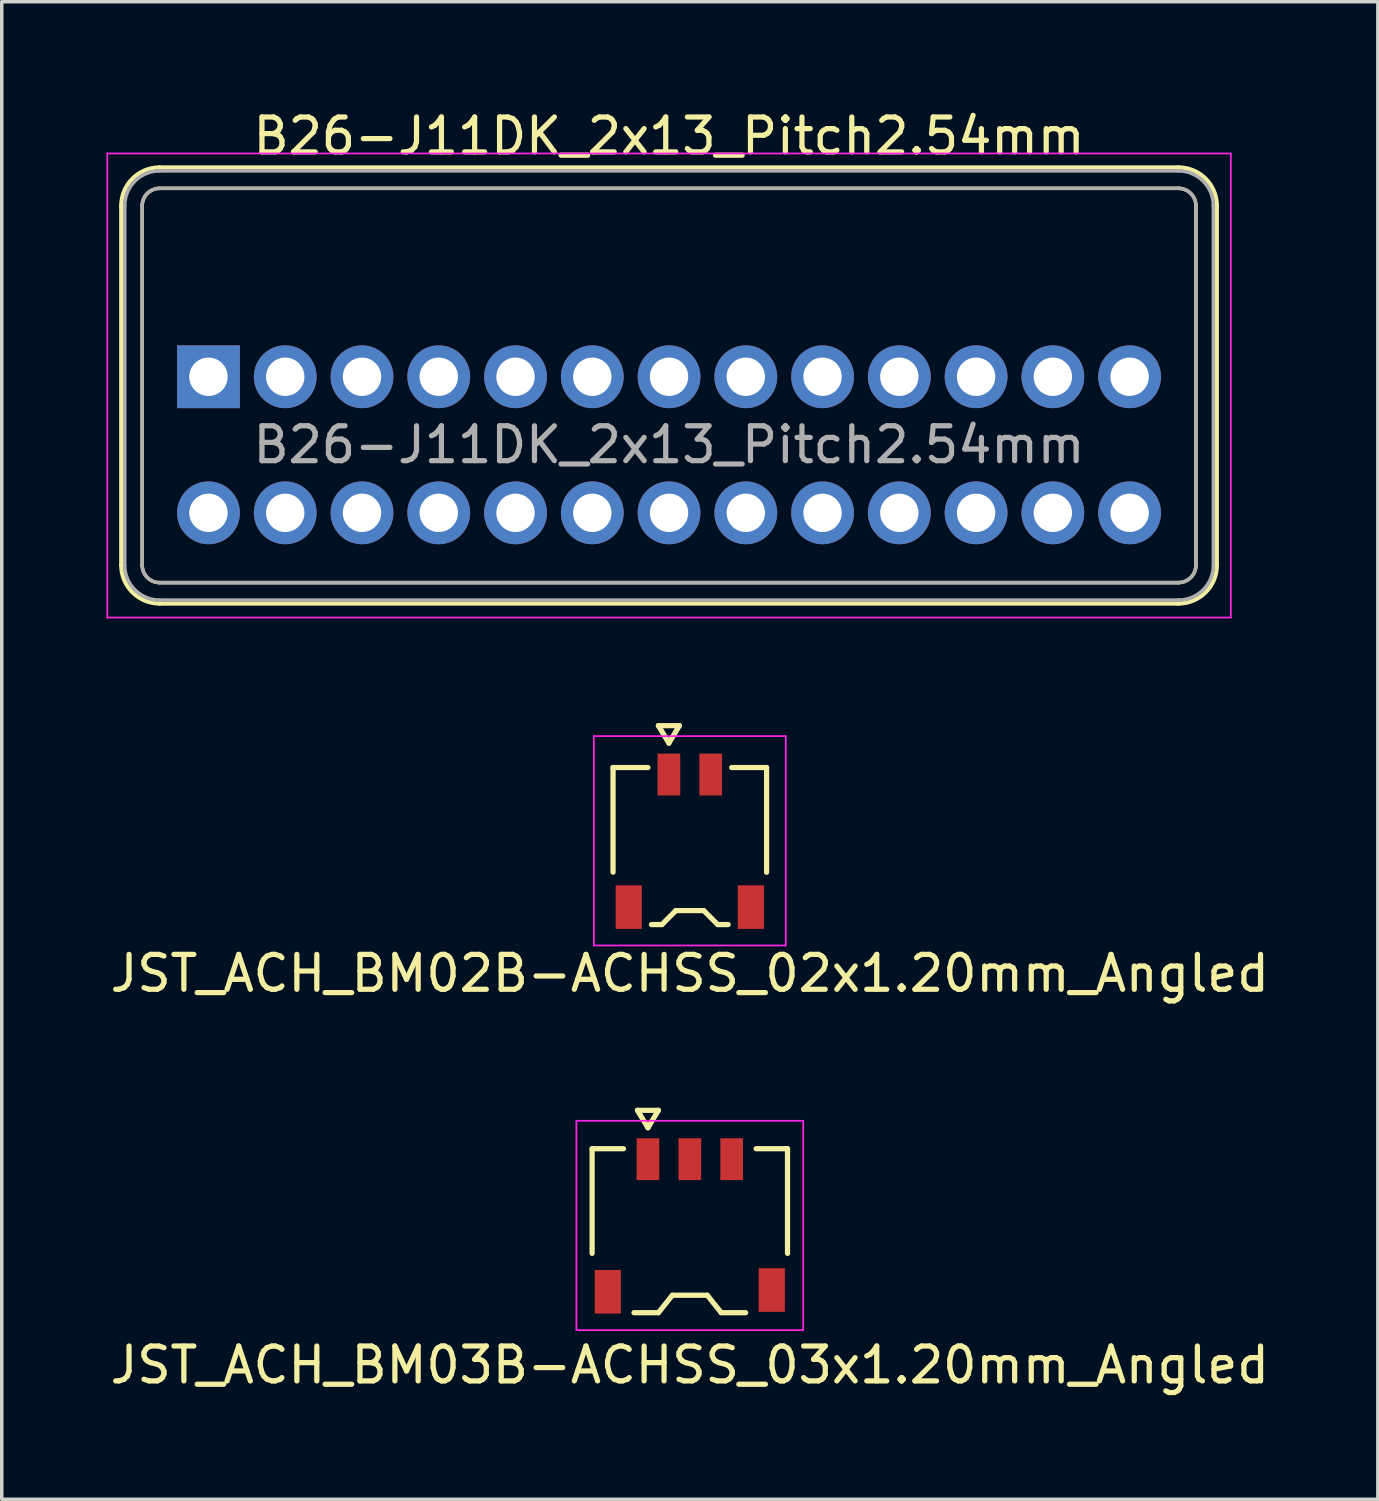
<source format=kicad_pcb>
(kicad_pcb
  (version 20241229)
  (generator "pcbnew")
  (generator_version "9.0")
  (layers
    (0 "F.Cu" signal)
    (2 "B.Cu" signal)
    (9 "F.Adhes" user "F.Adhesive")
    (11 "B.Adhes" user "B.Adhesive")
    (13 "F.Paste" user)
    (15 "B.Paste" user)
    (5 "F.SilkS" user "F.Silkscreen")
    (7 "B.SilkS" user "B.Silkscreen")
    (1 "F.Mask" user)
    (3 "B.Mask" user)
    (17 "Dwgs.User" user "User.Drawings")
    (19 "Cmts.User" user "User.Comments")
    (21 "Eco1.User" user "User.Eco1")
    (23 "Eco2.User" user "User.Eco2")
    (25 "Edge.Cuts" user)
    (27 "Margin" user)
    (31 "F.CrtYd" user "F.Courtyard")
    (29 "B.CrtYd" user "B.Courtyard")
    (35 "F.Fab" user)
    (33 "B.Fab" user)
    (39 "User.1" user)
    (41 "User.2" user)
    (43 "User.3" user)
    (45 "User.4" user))
  (footprint "B26-J11DK_2x13_Pitch2.54mm"
    (layer "F.Cu")
    (at 2.925 7.748)
    (property "Reference" "B26-J11DK_2x13_Pitch2.54mm" (at 13.2 -6.9 0) (layer "F.SilkS") (effects (font (size 1 1) (thickness 0.15))))
    (attr through_hole)
    (fp_line (start -2.5 -4.9) (end -2.5 5.4) (stroke (width 0.12) (type solid)) (layer "F.SilkS"))
    (fp_line (start -1.9 -4.9) (end -1.9 5.4) (stroke (width 0.1) (type solid)) (layer "F.SilkS"))
    (fp_line (start -1.4 -6) (end 27.8 -6) (stroke (width 0.12) (type solid)) (layer "F.SilkS"))
    (fp_line (start -1.4 -5.4) (end 27.8 -5.4) (stroke (width 0.1) (type solid)) (layer "F.SilkS"))
    (fp_line (start -1.4 5.9) (end 27.8 5.9) (stroke (width 0.1) (type solid)) (layer "F.SilkS"))
    (fp_line (start -1.4 6.5) (end 27.8 6.5) (stroke (width 0.12) (type solid)) (layer "F.SilkS"))
    (fp_line (start 28.3 -4.9) (end 28.3 5.4) (stroke (width 0.1) (type solid)) (layer "F.SilkS"))
    (fp_line (start 28.9 -4.9) (end 28.9 5.4) (stroke (width 0.12) (type solid)) (layer "F.SilkS"))
    (fp_arc (start -2.5 -4.9) (mid -2.177817 -5.677817) (end -1.4 -6) (stroke (width 0.12) (type solid)) (layer "F.SilkS"))
    (fp_arc (start -1.9 -4.9) (mid -1.753553 -5.253553) (end -1.4 -5.4) (stroke (width 0.1) (type solid)) (layer "F.SilkS"))
    (fp_arc (start -1.4 5.9) (mid -1.753553 5.753553) (end -1.9 5.4) (stroke (width 0.1) (type solid)) (layer "F.SilkS"))
    (fp_arc (start -1.4 6.5) (mid -2.177817 6.177817) (end -2.5 5.4) (stroke (width 0.12) (type solid)) (layer "F.SilkS"))
    (fp_arc (start 27.8 -6) (mid 28.577817 -5.677817) (end 28.9 -4.9) (stroke (width 0.12) (type solid)) (layer "F.SilkS"))
    (fp_arc (start 27.8 -5.4) (mid 28.153553 -5.253553) (end 28.3 -4.9) (stroke (width 0.1) (type solid)) (layer "F.SilkS"))
    (fp_arc (start 28.3 5.4) (mid 28.153553 5.753553) (end 27.8 5.9) (stroke (width 0.1) (type solid)) (layer "F.SilkS"))
    (fp_arc (start 28.9 5.4) (mid 28.577817 6.177817) (end 27.8 6.5) (stroke (width 0.12) (type solid)) (layer "F.SilkS"))
    (fp_line (start -2.9 -6.4) (end -2.9 6.9) (stroke (width 0.05) (type solid)) (layer "F.CrtYd"))
    (fp_line (start -2.9 6.9) (end 29.3 6.9) (stroke (width 0.05) (type solid)) (layer "F.CrtYd"))
    (fp_line (start 29.3 -6.4) (end -2.9 -6.4) (stroke (width 0.05) (type solid)) (layer "F.CrtYd"))
    (fp_line (start 29.3 6.9) (end 29.3 -6.4) (stroke (width 0.05) (type solid)) (layer "F.CrtYd"))
    (fp_line (start -2.4 -4.9) (end -2.4 5.4) (stroke (width 0.1) (type solid)) (layer "F.Fab"))
    (fp_line (start -1.9 -4.9) (end -1.9 5.4) (stroke (width 0.1) (type solid)) (layer "F.Fab"))
    (fp_line (start -1.4 -5.9) (end 27.8 -5.9) (stroke (width 0.1) (type solid)) (layer "F.Fab"))
    (fp_line (start -1.4 -5.4) (end 27.8 -5.4) (stroke (width 0.1) (type solid)) (layer "F.Fab"))
    (fp_line (start -1.4 5.9) (end 27.8 5.9) (stroke (width 0.1) (type solid)) (layer "F.Fab"))
    (fp_line (start -1.4 6.4) (end 27.8 6.4) (stroke (width 0.1) (type solid)) (layer "F.Fab"))
    (fp_line (start 28.3 -4.9) (end 28.3 5.4) (stroke (width 0.1) (type solid)) (layer "F.Fab"))
    (fp_line (start 28.8 -4.9) (end 28.8 5.4) (stroke (width 0.1) (type solid)) (layer "F.Fab"))
    (fp_arc (start -2.4 -4.9) (mid -2.107107 -5.607107) (end -1.4 -5.9) (stroke (width 0.1) (type solid)) (layer "F.Fab"))
    (fp_arc (start -1.9 -4.9) (mid -1.753553 -5.253553) (end -1.4 -5.4) (stroke (width 0.1) (type solid)) (layer "F.Fab"))
    (fp_arc (start -1.4 5.9) (mid -1.753553 5.753553) (end -1.9 5.4) (stroke (width 0.1) (type solid)) (layer "F.Fab"))
    (fp_arc (start -1.4 6.4) (mid -2.107107 6.107107) (end -2.4 5.4) (stroke (width 0.1) (type solid)) (layer "F.Fab"))
    (fp_arc (start 27.8 -5.9) (mid 28.507107 -5.607107) (end 28.8 -4.9) (stroke (width 0.1) (type solid)) (layer "F.Fab"))
    (fp_arc (start 27.8 -5.4) (mid 28.153553 -5.253553) (end 28.3 -4.9) (stroke (width 0.1) (type solid)) (layer "F.Fab"))
    (fp_arc (start 28.3 5.4) (mid 28.153553 5.753553) (end 27.8 5.9) (stroke (width 0.1) (type solid)) (layer "F.Fab"))
    (fp_arc (start 28.8 5.4) (mid 28.507107 6.107107) (end 27.8 6.4) (stroke (width 0.1) (type solid)) (layer "F.Fab"))
    (fp_text user "${REFERENCE}" (at 13.2 1.95 0) (layer "F.Fab") (effects (font (size 1 1) (thickness 0.15))))
    (pad "1" thru_hole rect (at 0 0) (size 1.8 1.8) (drill 1.1) (layers "*.Cu" "*.Mask"))
    (pad "2" thru_hole circle (at 0 3.9) (size 1.8 1.8) (drill 1.1) (layers "*.Cu" "*.Mask"))
    (pad "3" thru_hole circle (at 2.2 0) (size 1.8 1.8) (drill 1.1) (layers "*.Cu" "*.Mask"))
    (pad "4" thru_hole circle (at 2.2 3.9) (size 1.8 1.8) (drill 1.1) (layers "*.Cu" "*.Mask"))
    (pad "5" thru_hole circle (at 4.4 0) (size 1.8 1.8) (drill 1.1) (layers "*.Cu" "*.Mask"))
    (pad "6" thru_hole circle (at 4.4 3.9) (size 1.8 1.8) (drill 1.1) (layers "*.Cu" "*.Mask"))
    (pad "7" thru_hole circle (at 6.6 0) (size 1.8 1.8) (drill 1.1) (layers "*.Cu" "*.Mask"))
    (pad "8" thru_hole circle (at 6.6 3.9) (size 1.8 1.8) (drill 1.1) (layers "*.Cu" "*.Mask"))
    (pad "9" thru_hole circle (at 8.8 0) (size 1.8 1.8) (drill 1.1) (layers "*.Cu" "*.Mask"))
    (pad "10" thru_hole circle (at 8.8 3.9) (size 1.8 1.8) (drill 1.1) (layers "*.Cu" "*.Mask"))
    (pad "11" thru_hole circle (at 11 0) (size 1.8 1.8) (drill 1.1) (layers "*.Cu" "*.Mask"))
    (pad "12" thru_hole circle (at 11 3.9) (size 1.8 1.8) (drill 1.1) (layers "*.Cu" "*.Mask"))
    (pad "13" thru_hole circle (at 13.2 0) (size 1.8 1.8) (drill 1.1) (layers "*.Cu" "*.Mask"))
    (pad "14" thru_hole circle (at 13.2 3.9) (size 1.8 1.8) (drill 1.1) (layers "*.Cu" "*.Mask"))
    (pad "15" thru_hole circle (at 15.4 0) (size 1.8 1.8) (drill 1.1) (layers "*.Cu" "*.Mask"))
    (pad "16" thru_hole circle (at 15.4 3.9) (size 1.8 1.8) (drill 1.1) (layers "*.Cu" "*.Mask"))
    (pad "17" thru_hole circle (at 17.6 0) (size 1.8 1.8) (drill 1.1) (layers "*.Cu" "*.Mask"))
    (pad "18" thru_hole circle (at 17.6 3.9) (size 1.8 1.8) (drill 1.1) (layers "*.Cu" "*.Mask"))
    (pad "19" thru_hole circle (at 19.8 0) (size 1.8 1.8) (drill 1.1) (layers "*.Cu" "*.Mask"))
    (pad "20" thru_hole circle (at 19.8 3.9) (size 1.8 1.8) (drill 1.1) (layers "*.Cu" "*.Mask"))
    (pad "21" thru_hole circle (at 22 0) (size 1.8 1.8) (drill 1.1) (layers "*.Cu" "*.Mask"))
    (pad "22" thru_hole circle (at 22 3.9) (size 1.8 1.8) (drill 1.1) (layers "*.Cu" "*.Mask"))
    (pad "23" thru_hole circle (at 24.2 0) (size 1.8 1.8) (drill 1.1) (layers "*.Cu" "*.Mask"))
    (pad "24" thru_hole circle (at 24.2 3.9) (size 1.8 1.8) (drill 1.1) (layers "*.Cu" "*.Mask"))
    (pad "25" thru_hole circle (at 26.4 0) (size 1.8 1.8) (drill 1.1) (layers "*.Cu" "*.Mask"))
    (pad "26" thru_hole circle (at 26.4 3.9) (size 1.8 1.8) (drill 1.1) (layers "*.Cu" "*.Mask")))
  (footprint "JST_ACH_BM03B-ACHSS_03x1.20mm_Angled"
    (layer "F.Cu")
    (at 16.72 32.072)
    (property "Reference" "JST_ACH_BM03B-ACHSS_03x1.20mm_Angled" (at 0 4 180) (layer "F.SilkS") (effects (font (size 1 1) (thickness 0.15))))
    (attr smd)
    (fp_line (start -2.8 -2.2) (end -1.9 -2.2) (stroke (width 0.15) (type solid)) (layer "F.SilkS"))
    (fp_line (start -2.8 0.8) (end -2.8 -2.2) (stroke (width 0.15) (type solid)) (layer "F.SilkS"))
    (fp_line (start -1.6 2.5) (end -0.9 2.5) (stroke (width 0.15) (type solid)) (layer "F.SilkS"))
    (fp_line (start -1.5 -3.3) (end -1.2 -2.8) (stroke (width 0.15) (type solid)) (layer "F.SilkS"))
    (fp_line (start -1.2 -2.8) (end -0.9 -3.3) (stroke (width 0.15) (type solid)) (layer "F.SilkS"))
    (fp_line (start -0.9 -3.3) (end -1.5 -3.3) (stroke (width 0.15) (type solid)) (layer "F.SilkS"))
    (fp_line (start -0.9 2.5) (end -0.5 2) (stroke (width 0.15) (type solid)) (layer "F.SilkS"))
    (fp_line (start -0.5 2) (end 0.5 2) (stroke (width 0.15) (type solid)) (layer "F.SilkS"))
    (fp_line (start 0.5 2) (end 0.9 2.5) (stroke (width 0.15) (type solid)) (layer "F.SilkS"))
    (fp_line (start 1.6 2.5) (end 0.9 2.5) (stroke (width 0.15) (type solid)) (layer "F.SilkS"))
    (fp_line (start 2.8 -2.2) (end 1.9 -2.2) (stroke (width 0.15) (type solid)) (layer "F.SilkS"))
    (fp_line (start 2.8 0.8) (end 2.8 -2.2) (stroke (width 0.15) (type solid)) (layer "F.SilkS"))
    (fp_line (start -3.25 -3) (end 3.25 -3) (stroke (width 0.05) (type solid)) (layer "F.CrtYd"))
    (fp_line (start -3.25 3) (end -3.25 -3) (stroke (width 0.05) (type solid)) (layer "F.CrtYd"))
    (fp_line (start 3.25 -3) (end 3.25 3) (stroke (width 0.05) (type solid)) (layer "F.CrtYd"))
    (fp_line (start 3.25 3) (end -3.25 3) (stroke (width 0.05) (type solid)) (layer "F.CrtYd"))
    (pad "" smd rect (at -2.35 1.9) (size 0.75 1.25) (layers "F.Cu" "F.Mask" "F.Paste"))
    (pad "" smd rect (at 2.35 1.85) (size 0.75 1.25) (layers "F.Cu" "F.Mask" "F.Paste"))
    (pad "1" smd rect (at -1.2 -1.9) (size 0.65 1.2) (layers "F.Cu" "F.Mask" "F.Paste"))
    (pad "2" smd rect (at 0 -1.9) (size 0.65 1.2) (layers "F.Cu" "F.Mask" "F.Paste"))
    (pad "3" smd rect (at 1.2 -1.9) (size 0.65 1.2) (layers "F.Cu" "F.Mask" "F.Paste")))
  (footprint "JST_ACH_BM02B-ACHSS_02x1.20mm_Angled"
    (layer "F.Cu")
    (at 16.72 21.048)
    (property "Reference" "JST_ACH_BM02B-ACHSS_02x1.20mm_Angled" (at 0 3.8 0) (layer "F.SilkS") (effects (font (size 1 1) (thickness 0.15))))
    (attr smd)
    (fp_line (start -2.2 -2.1) (end -1.2 -2.1) (stroke (width 0.15) (type solid)) (layer "F.SilkS"))
    (fp_line (start -2.2 0.9) (end -2.2 -2.101) (stroke (width 0.15) (type solid)) (layer "F.SilkS"))
    (fp_line (start -0.9 -3.3) (end -0.6 -2.8) (stroke (width 0.15) (type solid)) (layer "F.SilkS"))
    (fp_line (start -0.8 2.4) (end -1.1 2.4) (stroke (width 0.15) (type solid)) (layer "F.SilkS"))
    (fp_line (start -0.6 -2.8) (end -0.3 -3.3) (stroke (width 0.15) (type solid)) (layer "F.SilkS"))
    (fp_line (start -0.4 2) (end -0.8 2.4) (stroke (width 0.15) (type solid)) (layer "F.SilkS"))
    (fp_line (start -0.3 -3.3) (end -0.9 -3.3) (stroke (width 0.15) (type solid)) (layer "F.SilkS"))
    (fp_line (start 0.4 2) (end -0.4 2) (stroke (width 0.15) (type solid)) (layer "F.SilkS"))
    (fp_line (start 0.8 2.4) (end 0.4 2) (stroke (width 0.15) (type solid)) (layer "F.SilkS"))
    (fp_line (start 1.1 2.4) (end 0.8 2.4) (stroke (width 0.15) (type solid)) (layer "F.SilkS"))
    (fp_line (start 1.2 -2.1) (end 2.2 -2.1) (stroke (width 0.15) (type solid)) (layer "F.SilkS"))
    (fp_line (start 2.2 0.9) (end 2.2 -2.101) (stroke (width 0.15) (type solid)) (layer "F.SilkS"))
    (fp_line (start -2.75 -3) (end 2.75 -3) (stroke (width 0.05) (type solid)) (layer "F.CrtYd"))
    (fp_line (start -2.75 3) (end -2.75 -3) (stroke (width 0.05) (type solid)) (layer "F.CrtYd"))
    (fp_line (start 2.75 -3) (end 2.75 3) (stroke (width 0.05) (type solid)) (layer "F.CrtYd"))
    (fp_line (start 2.75 3) (end -2.75 3) (stroke (width 0.05) (type solid)) (layer "F.CrtYd"))
    (pad "" smd rect (at -1.75 1.9) (size 0.75 1.25) (layers "F.Cu" "F.Mask" "F.Paste"))
    (pad "" smd rect (at 1.75 1.9) (size 0.75 1.25) (layers "F.Cu" "F.Mask" "F.Paste"))
    (pad "1" smd rect (at -0.599 -1.9) (size 0.65 1.2) (layers "F.Cu" "F.Mask" "F.Paste"))
    (pad "2" smd rect (at 0.599 -1.9) (size 0.65 1.2) (layers "F.Cu" "F.Mask" "F.Paste")))
  (gr_rect
    (start -3 -3)
    (end 36.44 39.92)
    (stroke (width 0.1) (type default))
    (fill no)
    (layer "Edge.Cuts")))
</source>
